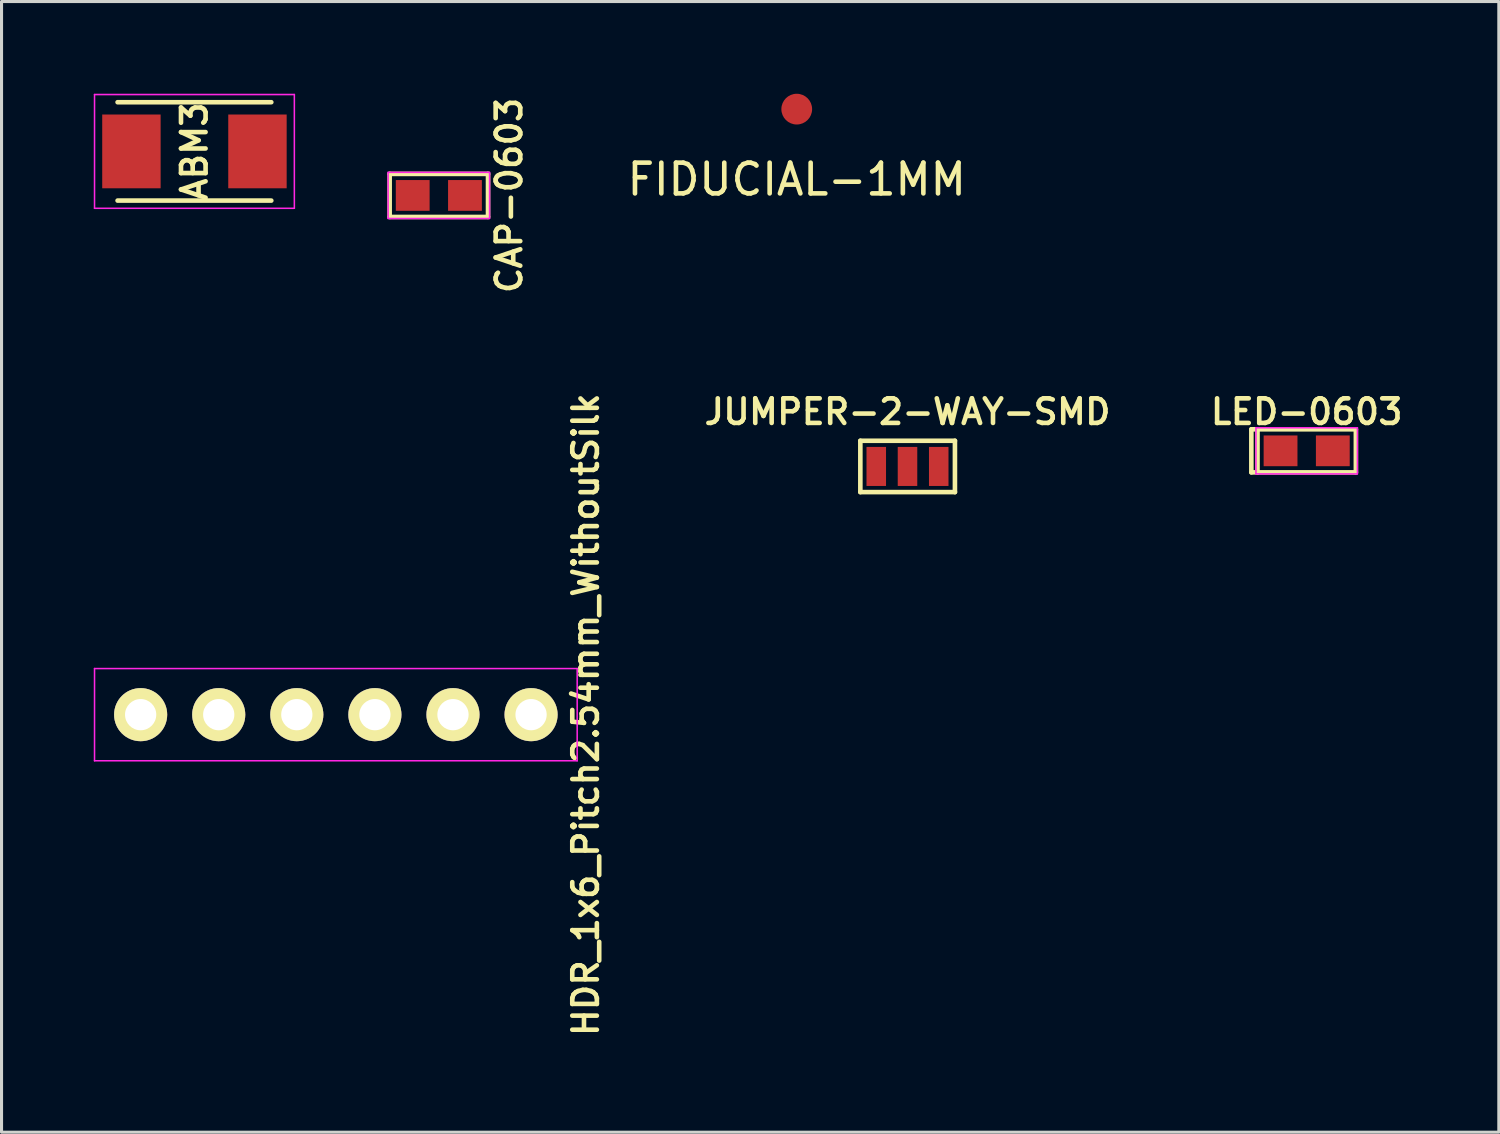
<source format=kicad_pcb>
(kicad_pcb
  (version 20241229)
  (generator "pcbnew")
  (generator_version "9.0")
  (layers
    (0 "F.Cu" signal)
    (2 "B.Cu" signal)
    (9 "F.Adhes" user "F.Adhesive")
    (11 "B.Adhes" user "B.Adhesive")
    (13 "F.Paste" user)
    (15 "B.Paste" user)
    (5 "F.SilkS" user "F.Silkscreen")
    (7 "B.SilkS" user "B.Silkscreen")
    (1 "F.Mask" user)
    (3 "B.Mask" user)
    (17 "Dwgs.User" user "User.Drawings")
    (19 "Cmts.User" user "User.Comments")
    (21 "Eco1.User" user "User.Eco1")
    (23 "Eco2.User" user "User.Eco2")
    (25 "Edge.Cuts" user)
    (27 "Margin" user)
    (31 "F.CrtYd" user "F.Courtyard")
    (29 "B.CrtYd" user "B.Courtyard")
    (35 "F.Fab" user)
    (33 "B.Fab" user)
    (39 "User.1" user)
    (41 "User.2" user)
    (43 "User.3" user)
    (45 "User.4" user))
  (footprint "HDR_1x6_Pitch2.54mm_WithoutSilk"
    (layer "F.Cu")
    (at 7.875 20.197)
    (property "Reference" "HDR_1x6_Pitch2.54mm_WithoutSilk" (at 8.128 0 90) (layer "F.SilkS") (effects (font (size 0.8 0.8) (thickness 0.15))))
    (attr through_hole)
    (fp_line (start -7.85 -1.5) (end -7.85 1.5) (stroke (width 0.05) (type solid)) (layer "F.CrtYd"))
    (fp_line (start -7.85 1.5) (end 7.85 1.5) (stroke (width 0.05) (type solid)) (layer "F.CrtYd"))
    (fp_line (start 7.85 -1.5) (end -7.85 -1.5) (stroke (width 0.05) (type solid)) (layer "F.CrtYd"))
    (fp_line (start 7.85 1.5) (end 7.85 -1.5) (stroke (width 0.05) (type solid)) (layer "F.CrtYd"))
    (pad "1" thru_hole oval (at -6.35 0) (size 1.727 1.727) (drill 1.016) (layers "*.Cu" "*.Mask" "F.SilkS"))
    (pad "2" thru_hole oval (at -3.81 0) (size 1.727 1.727) (drill 1.016) (layers "*.Cu" "*.Mask" "F.SilkS"))
    (pad "3" thru_hole oval (at -1.27 0) (size 1.727 1.727) (drill 1.016) (layers "*.Cu" "*.Mask" "F.SilkS"))
    (pad "4" thru_hole oval (at 1.27 0) (size 1.727 1.727) (drill 1.016) (layers "*.Cu" "*.Mask" "F.SilkS"))
    (pad "5" thru_hole oval (at 3.81 0) (size 1.727 1.727) (drill 1.016) (layers "*.Cu" "*.Mask" "F.SilkS"))
    (pad "6" thru_hole oval (at 6.35 0) (size 1.727 1.727) (drill 1.016) (layers "*.Cu" "*.Mask" "F.SilkS")))
  (footprint "JUMPER-2-WAY-SMD"
    (layer "F.Cu")
    (at 26.47 12.123)
    (property "Reference" "JUMPER-2-WAY-SMD" (at 0 -1.778 0) (layer "F.SilkS") (effects (font (size 0.8 0.8) (thickness 0.15))))
    (attr through_hole)
    (fp_line (start -1.534 -0.835) (end -1.534 0.835) (stroke (width 0.15) (type solid)) (layer "F.SilkS"))
    (fp_line (start -1.534 0.835) (end 1.543 0.835) (stroke (width 0.15) (type solid)) (layer "F.SilkS"))
    (fp_line (start 1.543 -0.835) (end -1.534 -0.835) (stroke (width 0.15) (type solid)) (layer "F.SilkS"))
    (fp_line (start 1.543 0.835) (end 1.543 -0.835) (stroke (width 0.15) (type solid)) (layer "F.SilkS"))
    (pad "1" smd rect (at -1.016 0) (size 0.635 1.27) (layers "F.Cu" "F.Mask" "F.Paste"))
    (pad "2" smd rect (at 0 0) (size 0.635 1.27) (layers "F.Cu" "F.Mask" "F.Paste"))
    (pad "3" smd rect (at 1.016 0) (size 0.635 1.27) (layers "F.Cu" "F.Mask" "F.Paste")))
  (footprint "CAP-0603"
    (layer "F.Cu")
    (at 11.225 3.307)
    (property "Reference" "CAP-0603" (at 2.286 0 90) (layer "F.SilkS") (effects (font (size 0.8 0.8) (thickness 0.15))))
    (attr smd)
    (fp_line (start -1.6 -0.7) (end -1.6 0.7) (stroke (width 0.15) (type solid)) (layer "F.SilkS"))
    (fp_line (start -1.6 -0.7) (end 1.6 -0.7) (stroke (width 0.15) (type solid)) (layer "F.SilkS"))
    (fp_line (start 1.6 -0.7) (end 1.6 0.7) (stroke (width 0.15) (type solid)) (layer "F.SilkS"))
    (fp_line (start 1.6 0.7) (end -1.6 0.7) (stroke (width 0.15) (type solid)) (layer "F.SilkS"))
    (fp_line (start -1.65 -0.75) (end -1.65 0.75) (stroke (width 0.05) (type solid)) (layer "F.CrtYd"))
    (fp_line (start -1.65 0.75) (end 1.65 0.75) (stroke (width 0.05) (type solid)) (layer "F.CrtYd"))
    (fp_line (start 1.65 -0.75) (end -1.65 -0.75) (stroke (width 0.05) (type solid)) (layer "F.CrtYd"))
    (fp_line (start 1.65 0.75) (end 1.65 -0.75) (stroke (width 0.05) (type solid)) (layer "F.CrtYd"))
    (pad "1" smd rect (at -0.85 0) (size 1.1 1) (layers "F.Cu" "F.Mask" "F.Paste"))
    (pad "2" smd rect (at 0.85 0) (size 1.1 1) (layers "F.Cu" "F.Mask" "F.Paste")))
  (footprint "ABM3"
    (layer "F.Cu")
    (at 3.275 1.875)
    (property "Reference" "ABM3" (at 0 0 90) (layer "F.SilkS") (effects (font (size 0.8 0.8) (thickness 0.15))))
    (attr through_hole)
    (fp_line (start -2.5 -1.6) (end 2.5 -1.6) (stroke (width 0.15) (type solid)) (layer "F.SilkS"))
    (fp_line (start -2.5 1.6) (end 2.5 1.6) (stroke (width 0.15) (type solid)) (layer "F.SilkS"))
    (fp_line (start -3.25 -1.85) (end -3.25 1.85) (stroke (width 0.05) (type solid)) (layer "F.CrtYd"))
    (fp_line (start -3.25 -1.85) (end 3.25 -1.85) (stroke (width 0.05) (type solid)) (layer "F.CrtYd"))
    (fp_line (start -3.25 1.85) (end 3.25 1.85) (stroke (width 0.05) (type solid)) (layer "F.CrtYd"))
    (fp_line (start 3.25 -1.85) (end 3.25 1.85) (stroke (width 0.05) (type solid)) (layer "F.CrtYd"))
    (pad "1" smd rect (at -2.05 0) (size 1.9 2.4) (layers "F.Cu" "F.Mask" "F.Paste"))
    (pad "2" smd rect (at 2.05 0) (size 1.9 2.4) (layers "F.Cu" "F.Mask" "F.Paste")))
  (footprint "FIDUCIAL-1MM"
    (layer "F.Cu")
    (at 22.867 0.5)
    (property "Reference" "FIDUCIAL-1MM" (at 0 2.286 0) (layer "F.SilkS") (effects (font (size 1 1) (thickness 0.15))))
    (attr exclude_from_pos_files exclude_from_bom)
    (pad "~" smd circle (at 0 0) (size 1 1) (layers "F.Cu" "F.Mask")))
  (footprint "LED-0603"
    (layer "F.Cu")
    (at 39.455 11.615)
    (property "Reference" "LED-0603" (at 0 -1.27 0) (layer "F.SilkS") (effects (font (size 0.8 0.8) (thickness 0.15))))
    (attr smd)
    (fp_line (start -1.8 -0.7) (end -1.8 0.7) (stroke (width 0.15) (type solid)) (layer "F.SilkS"))
    (fp_line (start -1.8 0.7) (end -1.6 0.7) (stroke (width 0.15) (type solid)) (layer "F.SilkS"))
    (fp_line (start -1.6 -0.7) (end -1.8 -0.7) (stroke (width 0.15) (type solid)) (layer "F.SilkS"))
    (fp_line (start -1.6 -0.7) (end 1.6 -0.7) (stroke (width 0.15) (type solid)) (layer "F.SilkS"))
    (fp_line (start -1.6 0.7) (end -1.6 -0.7) (stroke (width 0.15) (type solid)) (layer "F.SilkS"))
    (fp_line (start 1.6 -0.7) (end 1.6 0.7) (stroke (width 0.15) (type solid)) (layer "F.SilkS"))
    (fp_line (start 1.6 0.7) (end -1.6 0.7) (stroke (width 0.15) (type solid)) (layer "F.SilkS"))
    (fp_line (start -1.65 -0.75) (end -1.65 0.75) (stroke (width 0.05) (type solid)) (layer "F.CrtYd"))
    (fp_line (start -1.65 0.75) (end 1.65 0.75) (stroke (width 0.05) (type solid)) (layer "F.CrtYd"))
    (fp_line (start 1.65 -0.75) (end -1.65 -0.75) (stroke (width 0.05) (type solid)) (layer "F.CrtYd"))
    (fp_line (start 1.65 0.75) (end 1.65 -0.75) (stroke (width 0.05) (type solid)) (layer "F.CrtYd"))
    (pad "1" smd rect (at -0.85 0 180) (size 1.1 1) (layers "F.Cu" "F.Mask" "F.Paste"))
    (pad "2" smd rect (at 0.85 0 180) (size 1.1 1) (layers "F.Cu" "F.Mask" "F.Paste")))
  (gr_rect
    (start -3 -3)
    (end 45.705 33.78)
    (stroke (width 0.1) (type default))
    (fill no)
    (layer "Edge.Cuts")))
</source>
